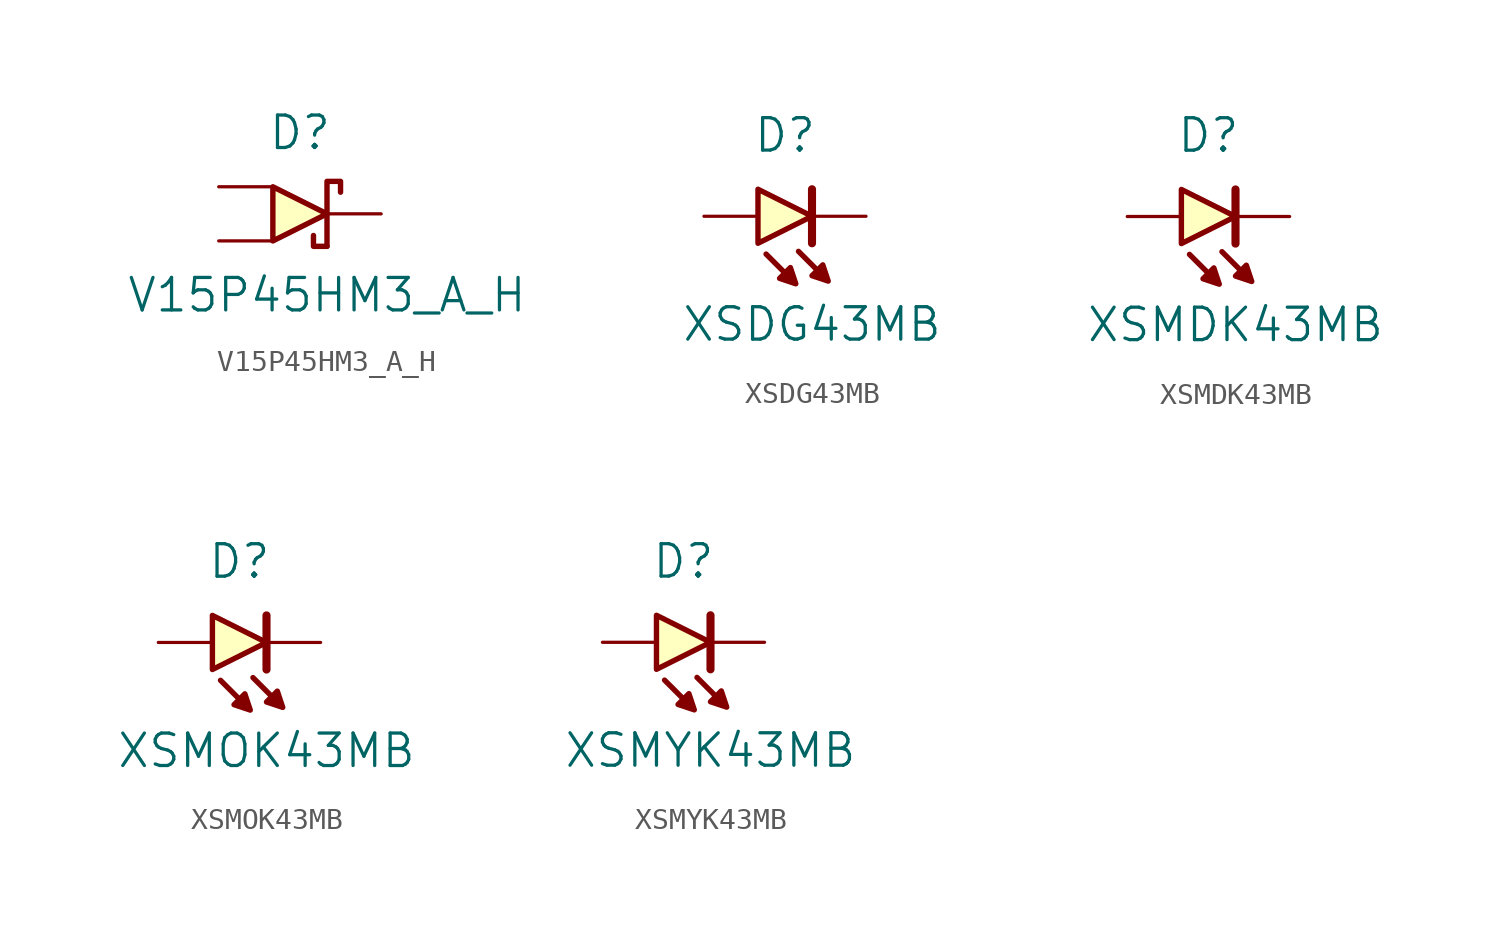
<source format=kicad_sym>
(kicad_symbol_lib
  (version 20241209)
  (generator "kicad_symbol_editor")
  (generator_version "9.0")
  (symbol "V15P45HM3_A_H"
    (pin_numbers
      (hide yes))
    (pin_names
      (offset 0)
      (hide yes))
    (property "Reference" "D"
      (at -1.27 3.81 0)
      (effects (font (size 1.524 1.524))))
    (property "Value" "V15P45HM3_A_H"
      (at 0 -3.81 0)
      (effects (font (size 1.524 1.524))))
    (symbol "V15P45HM3_A_H_0_1"
      (polyline (pts (xy -2.54 1.27) (xy -2.54 -1.27) (xy 0 0) (xy -2.54 1.27)) (stroke (width 0.254) (type default)) (fill (type background)))
      (polyline (pts (xy 0 -1.524) (xy -0.635 -1.524) (xy -0.635 -1.016)) (stroke (width 0.254) (type default)) (fill (type none)))
      (polyline (pts (xy 0 -1.524) (xy 0 1.524) (xy 0.635 1.524) (xy 0.635 1.016)) (stroke (width 0.254) (type default)) (fill (type none))))
    (symbol "V15P45HM3_A_H_1_1"
      (pin passive line (at -5.08 1.27 0) (length 2.54) (name "Anode" (effects (font (size 1.27 1.27)))) (number "2" (effects (font (size 1.27 1.27)))))
      (pin passive line (at -5.08 -1.27 0) (length 2.54) (name "Anode2" (effects (font (size 1.27 1.27)))) (number "3" (effects (font (size 1.27 1.27)))))
      (pin passive line (at 2.54 0 180) (length 2.54) (name "Cathode" (effects (font (size 1.27 1.27)))) (number "1" (effects (font (size 1.27 1.27)))))))
  (symbol "XSDG43MB"
    (pin_numbers
      (hide yes))
    (pin_names
      (offset 0)
      (hide yes))
    (property "Reference" "D"
      (at -1.27 3.81 0)
      (effects (font (size 1.524 1.524))))
    (property "Value" "XSDG43MB"
      (at 0 -5.08 0)
      (effects (font (size 1.524 1.524))))
    (symbol "XSDG43MB_0_1"
      (polyline (pts (xy -2.54 1.27) (xy -2.54 -1.27) (xy 0 0) (xy -2.54 1.27)) (stroke (width 0.254) (type default)) (fill (type background)))
      (polyline (pts (xy -2.159 -1.778) (xy -0.762 -3.175) (xy -1.016 -2.413) (xy -1.524 -2.921) (xy -0.762 -3.175)) (stroke (width 0.254) (type default)) (fill (type outline)))
      (polyline (pts (xy -0.635 -1.651) (xy 0.762 -3.048) (xy 0 -2.794) (xy 0.508 -2.286) (xy 0.762 -3.048)) (stroke (width 0.254) (type default)) (fill (type outline)))
      (polyline (pts (xy 0 -1.27) (xy 0 1.27)) (stroke (width 0.381) (type default)) (fill (type none))))
    (symbol "XSDG43MB_1_1"
      (pin passive line (at -5.08 0 0) (length 2.54) (name "Anode" (effects (font (size 1.27 1.27)))) (number "2" (effects (font (size 1.27 1.27)))))
      (pin passive line (at 2.54 0 180) (length 2.54) (name "Cathode" (effects (font (size 1.27 1.27)))) (number "1" (effects (font (size 1.27 1.27)))))))
  (symbol "XSMDK43MB"
    (pin_numbers
      (hide yes))
    (pin_names
      (offset 0)
      (hide yes))
    (property "Reference" "D"
      (at -1.27 3.81 0)
      (effects (font (size 1.524 1.524))))
    (property "Value" "XSMDK43MB"
      (at 0 -5.08 0)
      (effects (font (size 1.524 1.524))))
    (symbol "XSMDK43MB_0_1"
      (polyline (pts (xy -2.54 1.27) (xy -2.54 -1.27) (xy 0 0) (xy -2.54 1.27)) (stroke (width 0.254) (type default)) (fill (type background)))
      (polyline (pts (xy -2.159 -1.778) (xy -0.762 -3.175) (xy -1.016 -2.413) (xy -1.524 -2.921) (xy -0.762 -3.175)) (stroke (width 0.254) (type default)) (fill (type outline)))
      (polyline (pts (xy -0.635 -1.651) (xy 0.762 -3.048) (xy 0 -2.794) (xy 0.508 -2.286) (xy 0.762 -3.048)) (stroke (width 0.254) (type default)) (fill (type outline)))
      (polyline (pts (xy 0 -1.27) (xy 0 1.27)) (stroke (width 0.381) (type default)) (fill (type none))))
    (symbol "XSMDK43MB_1_1"
      (pin passive line (at -5.08 0 0) (length 2.54) (name "Anode" (effects (font (size 1.27 1.27)))) (number "2" (effects (font (size 1.27 1.27)))))
      (pin passive line (at 2.54 0 180) (length 2.54) (name "Cathode" (effects (font (size 1.27 1.27)))) (number "1" (effects (font (size 1.27 1.27)))))))
  (symbol "XSMOK43MB"
    (pin_numbers
      (hide yes))
    (pin_names
      (offset 0)
      (hide yes))
    (property "Reference" "D"
      (at -1.27 3.81 0)
      (effects (font (size 1.524 1.524))))
    (property "Value" "XSMOK43MB"
      (at 0 -5.08 0)
      (effects (font (size 1.524 1.524))))
    (symbol "XSMOK43MB_0_1"
      (polyline (pts (xy -2.54 1.27) (xy -2.54 -1.27) (xy 0 0) (xy -2.54 1.27)) (stroke (width 0.254) (type default)) (fill (type background)))
      (polyline (pts (xy -2.159 -1.778) (xy -0.762 -3.175) (xy -1.016 -2.413) (xy -1.524 -2.921) (xy -0.762 -3.175)) (stroke (width 0.254) (type default)) (fill (type outline)))
      (polyline (pts (xy -0.635 -1.651) (xy 0.762 -3.048) (xy 0 -2.794) (xy 0.508 -2.286) (xy 0.762 -3.048)) (stroke (width 0.254) (type default)) (fill (type outline)))
      (polyline (pts (xy 0 -1.27) (xy 0 1.27)) (stroke (width 0.381) (type default)) (fill (type none))))
    (symbol "XSMOK43MB_1_1"
      (pin passive line (at -5.08 0 0) (length 2.54) (name "Anode" (effects (font (size 1.27 1.27)))) (number "2" (effects (font (size 1.27 1.27)))))
      (pin passive line (at 2.54 0 180) (length 2.54) (name "Cathode" (effects (font (size 1.27 1.27)))) (number "1" (effects (font (size 1.27 1.27)))))))
  (symbol "XSMYK43MB"
    (pin_numbers
      (hide yes))
    (pin_names
      (offset 0)
      (hide yes))
    (property "Reference" "D"
      (at -1.27 3.81 0)
      (effects (font (size 1.524 1.524))))
    (property "Value" "XSMYK43MB"
      (at 0 -5.08 0)
      (effects (font (size 1.524 1.524))))
    (symbol "XSMYK43MB_0_1"
      (polyline (pts (xy -2.54 1.27) (xy -2.54 -1.27) (xy 0 0) (xy -2.54 1.27)) (stroke (width 0.254) (type default)) (fill (type background)))
      (polyline (pts (xy -2.159 -1.778) (xy -0.762 -3.175) (xy -1.016 -2.413) (xy -1.524 -2.921) (xy -0.762 -3.175)) (stroke (width 0.254) (type default)) (fill (type outline)))
      (polyline (pts (xy -0.635 -1.651) (xy 0.762 -3.048) (xy 0 -2.794) (xy 0.508 -2.286) (xy 0.762 -3.048)) (stroke (width 0.254) (type default)) (fill (type outline)))
      (polyline (pts (xy 0 -1.27) (xy 0 1.27)) (stroke (width 0.381) (type default)) (fill (type none))))
    (symbol "XSMYK43MB_1_1"
      (pin passive line (at -5.08 0 0) (length 2.54) (name "Anode" (effects (font (size 1.27 1.27)))) (number "2" (effects (font (size 1.27 1.27)))))
      (pin passive line (at 2.54 0 180) (length 2.54) (name "Cathode" (effects (font (size 1.27 1.27)))) (number "1" (effects (font (size 1.27 1.27))))))))
</source>
